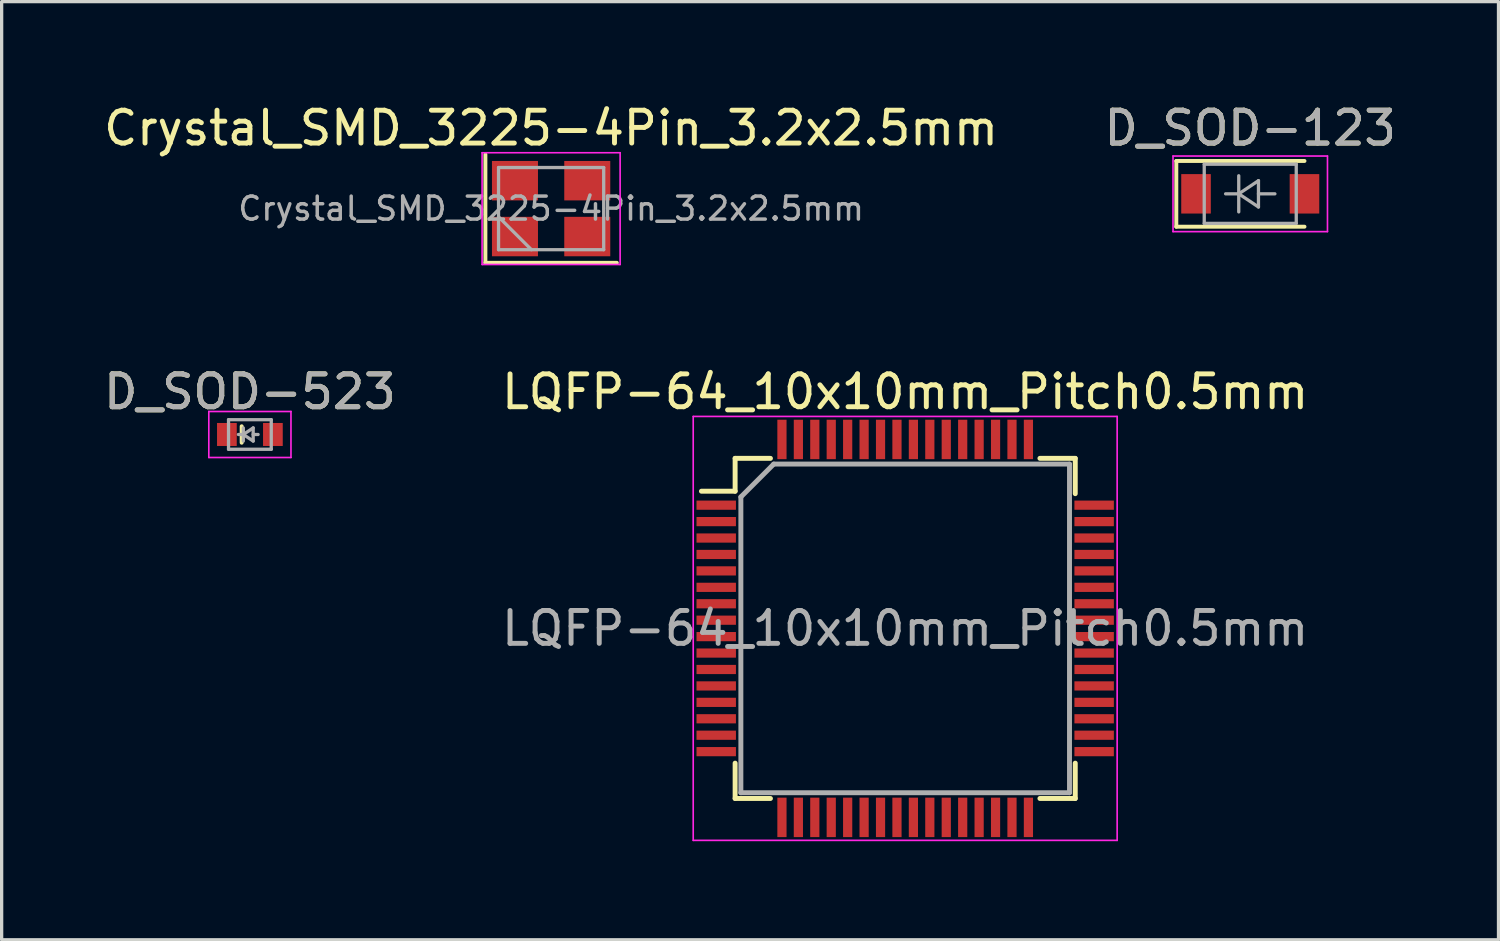
<source format=kicad_pcb>
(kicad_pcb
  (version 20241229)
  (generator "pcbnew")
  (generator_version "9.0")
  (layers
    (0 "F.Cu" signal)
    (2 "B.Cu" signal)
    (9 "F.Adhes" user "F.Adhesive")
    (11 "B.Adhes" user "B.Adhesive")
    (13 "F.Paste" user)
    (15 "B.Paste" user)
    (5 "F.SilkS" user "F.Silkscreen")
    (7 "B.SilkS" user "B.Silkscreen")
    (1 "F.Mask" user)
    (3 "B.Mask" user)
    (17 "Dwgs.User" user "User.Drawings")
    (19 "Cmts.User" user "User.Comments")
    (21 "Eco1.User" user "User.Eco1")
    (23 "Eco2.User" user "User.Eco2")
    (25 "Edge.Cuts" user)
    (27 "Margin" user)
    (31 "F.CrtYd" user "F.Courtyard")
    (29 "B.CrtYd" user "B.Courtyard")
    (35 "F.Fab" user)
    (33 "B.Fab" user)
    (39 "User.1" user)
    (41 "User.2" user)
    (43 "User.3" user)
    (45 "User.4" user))
  (footprint "LQFP-64_10x10mm_Pitch0.5mm"
    (layer "F.Cu")
    (at 24.494 16.072)
    (property "Reference" "LQFP-64_10x10mm_Pitch0.5mm" (at 0 -7.2 0) (layer "F.SilkS") (effects (font (size 1 1) (thickness 0.15))))
    (attr smd)
    (fp_line (start -5.175 -5.175) (end -5.175 -4.175) (stroke (width 0.15) (type solid)) (layer "F.SilkS"))
    (fp_line (start -5.175 -5.175) (end -4.1 -5.175) (stroke (width 0.15) (type solid)) (layer "F.SilkS"))
    (fp_line (start -5.175 -4.175) (end -6.2 -4.175) (stroke (width 0.15) (type solid)) (layer "F.SilkS"))
    (fp_line (start -5.175 5.175) (end -5.175 4.1) (stroke (width 0.15) (type solid)) (layer "F.SilkS"))
    (fp_line (start -5.175 5.175) (end -4.1 5.175) (stroke (width 0.15) (type solid)) (layer "F.SilkS"))
    (fp_line (start 5.175 -5.175) (end 4.1 -5.175) (stroke (width 0.15) (type solid)) (layer "F.SilkS"))
    (fp_line (start 5.175 -5.175) (end 5.175 -4.1) (stroke (width 0.15) (type solid)) (layer "F.SilkS"))
    (fp_line (start 5.175 5.175) (end 4.1 5.175) (stroke (width 0.15) (type solid)) (layer "F.SilkS"))
    (fp_line (start 5.175 5.175) (end 5.175 4.1) (stroke (width 0.15) (type solid)) (layer "F.SilkS"))
    (fp_line (start -6.45 -6.45) (end -6.45 6.45) (stroke (width 0.05) (type solid)) (layer "F.CrtYd"))
    (fp_line (start -6.45 -6.45) (end 6.45 -6.45) (stroke (width 0.05) (type solid)) (layer "F.CrtYd"))
    (fp_line (start -6.45 6.45) (end 6.45 6.45) (stroke (width 0.05) (type solid)) (layer "F.CrtYd"))
    (fp_line (start 6.45 -6.45) (end 6.45 6.45) (stroke (width 0.05) (type solid)) (layer "F.CrtYd"))
    (fp_line (start -5 -4) (end -4 -5) (stroke (width 0.15) (type solid)) (layer "F.Fab"))
    (fp_line (start -5 5) (end -5 -4) (stroke (width 0.15) (type solid)) (layer "F.Fab"))
    (fp_line (start -4 -5) (end 5 -5) (stroke (width 0.15) (type solid)) (layer "F.Fab"))
    (fp_line (start 5 -5) (end 5 5) (stroke (width 0.15) (type solid)) (layer "F.Fab"))
    (fp_line (start 5 5) (end -5 5) (stroke (width 0.15) (type solid)) (layer "F.Fab"))
    (fp_text user "${REFERENCE}" (at 0 0 0) (layer "F.Fab") (effects (font (size 1 1) (thickness 0.15))))
    (pad "1" smd rect (at -5.75 -3.75) (size 1.2 0.28) (layers "F.Cu" "F.Mask" "F.Paste"))
    (pad "2" smd rect (at -5.75 -3.25) (size 1.2 0.28) (layers "F.Cu" "F.Mask" "F.Paste"))
    (pad "3" smd rect (at -5.75 -2.75) (size 1.2 0.28) (layers "F.Cu" "F.Mask" "F.Paste"))
    (pad "4" smd rect (at -5.75 -2.25) (size 1.2 0.28) (layers "F.Cu" "F.Mask" "F.Paste"))
    (pad "5" smd rect (at -5.75 -1.75) (size 1.2 0.28) (layers "F.Cu" "F.Mask" "F.Paste"))
    (pad "6" smd rect (at -5.75 -1.25) (size 1.2 0.28) (layers "F.Cu" "F.Mask" "F.Paste"))
    (pad "7" smd rect (at -5.75 -0.75) (size 1.2 0.28) (layers "F.Cu" "F.Mask" "F.Paste"))
    (pad "8" smd rect (at -5.75 -0.25) (size 1.2 0.28) (layers "F.Cu" "F.Mask" "F.Paste"))
    (pad "9" smd rect (at -5.75 0.25) (size 1.2 0.28) (layers "F.Cu" "F.Mask" "F.Paste"))
    (pad "10" smd rect (at -5.75 0.75) (size 1.2 0.28) (layers "F.Cu" "F.Mask" "F.Paste"))
    (pad "11" smd rect (at -5.75 1.25) (size 1.2 0.28) (layers "F.Cu" "F.Mask" "F.Paste"))
    (pad "12" smd rect (at -5.75 1.75) (size 1.2 0.28) (layers "F.Cu" "F.Mask" "F.Paste"))
    (pad "13" smd rect (at -5.75 2.25) (size 1.2 0.28) (layers "F.Cu" "F.Mask" "F.Paste"))
    (pad "14" smd rect (at -5.75 2.75) (size 1.2 0.28) (layers "F.Cu" "F.Mask" "F.Paste"))
    (pad "15" smd rect (at -5.75 3.25) (size 1.2 0.28) (layers "F.Cu" "F.Mask" "F.Paste"))
    (pad "16" smd rect (at -5.75 3.75) (size 1.2 0.28) (layers "F.Cu" "F.Mask" "F.Paste"))
    (pad "17" smd rect (at -3.75 5.75 90) (size 1.2 0.28) (layers "F.Cu" "F.Mask" "F.Paste"))
    (pad "18" smd rect (at -3.25 5.75 90) (size 1.2 0.28) (layers "F.Cu" "F.Mask" "F.Paste"))
    (pad "19" smd rect (at -2.75 5.75 90) (size 1.2 0.28) (layers "F.Cu" "F.Mask" "F.Paste"))
    (pad "20" smd rect (at -2.25 5.75 90) (size 1.2 0.28) (layers "F.Cu" "F.Mask" "F.Paste"))
    (pad "21" smd rect (at -1.75 5.75 90) (size 1.2 0.28) (layers "F.Cu" "F.Mask" "F.Paste"))
    (pad "22" smd rect (at -1.25 5.75 90) (size 1.2 0.28) (layers "F.Cu" "F.Mask" "F.Paste"))
    (pad "23" smd rect (at -0.75 5.75 90) (size 1.2 0.28) (layers "F.Cu" "F.Mask" "F.Paste"))
    (pad "24" smd rect (at -0.25 5.75 90) (size 1.2 0.28) (layers "F.Cu" "F.Mask" "F.Paste"))
    (pad "25" smd rect (at 0.25 5.75 90) (size 1.2 0.28) (layers "F.Cu" "F.Mask" "F.Paste"))
    (pad "26" smd rect (at 0.75 5.75 90) (size 1.2 0.28) (layers "F.Cu" "F.Mask" "F.Paste"))
    (pad "27" smd rect (at 1.25 5.75 90) (size 1.2 0.28) (layers "F.Cu" "F.Mask" "F.Paste"))
    (pad "28" smd rect (at 1.75 5.75 90) (size 1.2 0.28) (layers "F.Cu" "F.Mask" "F.Paste"))
    (pad "29" smd rect (at 2.25 5.75 90) (size 1.2 0.28) (layers "F.Cu" "F.Mask" "F.Paste"))
    (pad "30" smd rect (at 2.75 5.75 90) (size 1.2 0.28) (layers "F.Cu" "F.Mask" "F.Paste"))
    (pad "31" smd rect (at 3.25 5.75 90) (size 1.2 0.28) (layers "F.Cu" "F.Mask" "F.Paste"))
    (pad "32" smd rect (at 3.75 5.75 90) (size 1.2 0.28) (layers "F.Cu" "F.Mask" "F.Paste"))
    (pad "33" smd rect (at 5.75 3.75) (size 1.2 0.28) (layers "F.Cu" "F.Mask" "F.Paste"))
    (pad "34" smd rect (at 5.75 3.25) (size 1.2 0.28) (layers "F.Cu" "F.Mask" "F.Paste"))
    (pad "35" smd rect (at 5.75 2.75) (size 1.2 0.28) (layers "F.Cu" "F.Mask" "F.Paste"))
    (pad "36" smd rect (at 5.75 2.25) (size 1.2 0.28) (layers "F.Cu" "F.Mask" "F.Paste"))
    (pad "37" smd rect (at 5.75 1.75) (size 1.2 0.28) (layers "F.Cu" "F.Mask" "F.Paste"))
    (pad "38" smd rect (at 5.75 1.25) (size 1.2 0.28) (layers "F.Cu" "F.Mask" "F.Paste"))
    (pad "39" smd rect (at 5.75 0.75) (size 1.2 0.28) (layers "F.Cu" "F.Mask" "F.Paste"))
    (pad "40" smd rect (at 5.75 0.25) (size 1.2 0.28) (layers "F.Cu" "F.Mask" "F.Paste"))
    (pad "41" smd rect (at 5.75 -0.25) (size 1.2 0.28) (layers "F.Cu" "F.Mask" "F.Paste"))
    (pad "42" smd rect (at 5.75 -0.75) (size 1.2 0.28) (layers "F.Cu" "F.Mask" "F.Paste"))
    (pad "43" smd rect (at 5.75 -1.25) (size 1.2 0.28) (layers "F.Cu" "F.Mask" "F.Paste"))
    (pad "44" smd rect (at 5.75 -1.75) (size 1.2 0.28) (layers "F.Cu" "F.Mask" "F.Paste"))
    (pad "45" smd rect (at 5.75 -2.25) (size 1.2 0.28) (layers "F.Cu" "F.Mask" "F.Paste"))
    (pad "46" smd rect (at 5.75 -2.75) (size 1.2 0.28) (layers "F.Cu" "F.Mask" "F.Paste"))
    (pad "47" smd rect (at 5.75 -3.25) (size 1.2 0.28) (layers "F.Cu" "F.Mask" "F.Paste"))
    (pad "48" smd rect (at 5.75 -3.75) (size 1.2 0.28) (layers "F.Cu" "F.Mask" "F.Paste"))
    (pad "49" smd rect (at 3.75 -5.75 90) (size 1.2 0.28) (layers "F.Cu" "F.Mask" "F.Paste"))
    (pad "50" smd rect (at 3.25 -5.75 90) (size 1.2 0.28) (layers "F.Cu" "F.Mask" "F.Paste"))
    (pad "51" smd rect (at 2.75 -5.75 90) (size 1.2 0.28) (layers "F.Cu" "F.Mask" "F.Paste"))
    (pad "52" smd rect (at 2.25 -5.75 90) (size 1.2 0.28) (layers "F.Cu" "F.Mask" "F.Paste"))
    (pad "53" smd rect (at 1.75 -5.75 90) (size 1.2 0.28) (layers "F.Cu" "F.Mask" "F.Paste"))
    (pad "54" smd rect (at 1.25 -5.75 90) (size 1.2 0.28) (layers "F.Cu" "F.Mask" "F.Paste"))
    (pad "55" smd rect (at 0.75 -5.75 90) (size 1.2 0.28) (layers "F.Cu" "F.Mask" "F.Paste"))
    (pad "56" smd rect (at 0.25 -5.75 90) (size 1.2 0.28) (layers "F.Cu" "F.Mask" "F.Paste"))
    (pad "57" smd rect (at -0.25 -5.75 90) (size 1.2 0.28) (layers "F.Cu" "F.Mask" "F.Paste"))
    (pad "58" smd rect (at -0.75 -5.75 90) (size 1.2 0.28) (layers "F.Cu" "F.Mask" "F.Paste"))
    (pad "59" smd rect (at -1.25 -5.75 90) (size 1.2 0.28) (layers "F.Cu" "F.Mask" "F.Paste"))
    (pad "60" smd rect (at -1.75 -5.75 90) (size 1.2 0.28) (layers "F.Cu" "F.Mask" "F.Paste"))
    (pad "61" smd rect (at -2.25 -5.75 90) (size 1.2 0.28) (layers "F.Cu" "F.Mask" "F.Paste"))
    (pad "62" smd rect (at -2.75 -5.75 90) (size 1.2 0.28) (layers "F.Cu" "F.Mask" "F.Paste"))
    (pad "63" smd rect (at -3.25 -5.75 90) (size 1.2 0.28) (layers "F.Cu" "F.Mask" "F.Paste"))
    (pad "64" smd rect (at -3.75 -5.75 90) (size 1.2 0.28) (layers "F.Cu" "F.Mask" "F.Paste")))
  (footprint "Crystal_SMD_3225-4Pin_3.2x2.5mm"
    (layer "F.Cu")
    (at 13.72 3.298)
    (property "Reference" "Crystal_SMD_3225-4Pin_3.2x2.5mm" (at 0 -2.45 180) (layer "F.SilkS") (effects (font (size 1 1) (thickness 0.15))))
    (attr smd)
    (fp_line (start -2 -1.65) (end -2 1.65) (stroke (width 0.12) (type solid)) (layer "F.SilkS"))
    (fp_line (start -2 1.65) (end 2 1.65) (stroke (width 0.12) (type solid)) (layer "F.SilkS"))
    (fp_line (start -2.1 -1.7) (end -2.1 1.7) (stroke (width 0.05) (type solid)) (layer "F.CrtYd"))
    (fp_line (start -2.1 1.7) (end 2.1 1.7) (stroke (width 0.05) (type solid)) (layer "F.CrtYd"))
    (fp_line (start 2.1 -1.7) (end -2.1 -1.7) (stroke (width 0.05) (type solid)) (layer "F.CrtYd"))
    (fp_line (start 2.1 1.7) (end 2.1 -1.7) (stroke (width 0.05) (type solid)) (layer "F.CrtYd"))
    (fp_line (start -1.6 -1.25) (end -1.6 1.25) (stroke (width 0.1) (type solid)) (layer "F.Fab"))
    (fp_line (start -1.6 0.25) (end -0.6 1.25) (stroke (width 0.1) (type solid)) (layer "F.Fab"))
    (fp_line (start -1.6 1.25) (end 1.6 1.25) (stroke (width 0.1) (type solid)) (layer "F.Fab"))
    (fp_line (start 1.6 -1.25) (end -1.6 -1.25) (stroke (width 0.1) (type solid)) (layer "F.Fab"))
    (fp_line (start 1.6 1.25) (end 1.6 -1.25) (stroke (width 0.1) (type solid)) (layer "F.Fab"))
    (fp_text user "${REFERENCE}" (at 0 0 180) (layer "F.Fab") (effects (font (size 0.7 0.7) (thickness 0.105))))
    (pad "1" smd rect (at -1.1 0.85) (size 1.4 1.2) (layers "F.Cu" "F.Mask" "F.Paste"))
    (pad "2" smd rect (at 1.1 0.85) (size 1.4 1.2) (layers "F.Cu" "F.Mask" "F.Paste"))
    (pad "3" smd rect (at 1.1 -0.85) (size 1.4 1.2) (layers "F.Cu" "F.Mask" "F.Paste"))
    (pad "4" smd rect (at -1.1 -0.85) (size 1.4 1.2) (layers "F.Cu" "F.Mask" "F.Paste")))
  (footprint "D_SOD-123"
    (layer "F.Cu")
    (at 34.994 2.848)
    (property "Reference" "D_SOD-123" (at 0 -2 180) (layer "F.SilkS") (effects (font (size 1 1) (thickness 0.15))))
    (attr smd)
    (fp_line (start -2.25 -1) (end -2.25 1) (stroke (width 0.12) (type solid)) (layer "F.SilkS"))
    (fp_line (start -2.25 -1) (end 1.65 -1) (stroke (width 0.12) (type solid)) (layer "F.SilkS"))
    (fp_line (start -2.25 1) (end 1.65 1) (stroke (width 0.12) (type solid)) (layer "F.SilkS"))
    (fp_line (start -2.35 -1.15) (end -2.35 1.15) (stroke (width 0.05) (type solid)) (layer "F.CrtYd"))
    (fp_line (start -2.35 -1.15) (end 2.35 -1.15) (stroke (width 0.05) (type solid)) (layer "F.CrtYd"))
    (fp_line (start 2.35 -1.15) (end 2.35 1.15) (stroke (width 0.05) (type solid)) (layer "F.CrtYd"))
    (fp_line (start 2.35 1.15) (end -2.35 1.15) (stroke (width 0.05) (type solid)) (layer "F.CrtYd"))
    (fp_line (start -1.4 -0.9) (end 1.4 -0.9) (stroke (width 0.1) (type solid)) (layer "F.Fab"))
    (fp_line (start -1.4 0.9) (end -1.4 -0.9) (stroke (width 0.1) (type solid)) (layer "F.Fab"))
    (fp_line (start -0.75 0) (end -0.35 0) (stroke (width 0.1) (type solid)) (layer "F.Fab"))
    (fp_line (start -0.35 0) (end -0.35 -0.55) (stroke (width 0.1) (type solid)) (layer "F.Fab"))
    (fp_line (start -0.35 0) (end -0.35 0.55) (stroke (width 0.1) (type solid)) (layer "F.Fab"))
    (fp_line (start -0.35 0) (end 0.25 -0.4) (stroke (width 0.1) (type solid)) (layer "F.Fab"))
    (fp_line (start 0.25 -0.4) (end 0.25 0.4) (stroke (width 0.1) (type solid)) (layer "F.Fab"))
    (fp_line (start 0.25 0) (end 0.75 0) (stroke (width 0.1) (type solid)) (layer "F.Fab"))
    (fp_line (start 0.25 0.4) (end -0.35 0) (stroke (width 0.1) (type solid)) (layer "F.Fab"))
    (fp_line (start 1.4 -0.9) (end 1.4 0.9) (stroke (width 0.1) (type solid)) (layer "F.Fab"))
    (fp_line (start 1.4 0.9) (end -1.4 0.9) (stroke (width 0.1) (type solid)) (layer "F.Fab"))
    (fp_text user "${REFERENCE}" (at 0 -2 180) (layer "F.Fab") (effects (font (size 1 1) (thickness 0.15))))
    (pad "1" smd rect (at -1.65 0) (size 0.9 1.2) (layers "F.Cu" "F.Mask" "F.Paste"))
    (pad "2" smd rect (at 1.65 0) (size 0.9 1.2) (layers "F.Cu" "F.Mask" "F.Paste")))
  (footprint "D_SOD-523"
    (layer "F.Cu")
    (at 4.554 10.171)
    (property "Reference" "D_SOD-523" (at 0 -1.3 0) (layer "F.SilkS") (effects (font (size 1 1) (thickness 0.15))))
    (attr smd)
    (fp_line (start -0.25 -0.25) (end -0.25 0.25) (stroke (width 0.12) (type solid)) (layer "F.SilkS"))
    (fp_line (start -1.25 -0.7) (end 1.25 -0.7) (stroke (width 0.05) (type solid)) (layer "F.CrtYd"))
    (fp_line (start -1.25 0.7) (end -1.25 -0.7) (stroke (width 0.05) (type solid)) (layer "F.CrtYd"))
    (fp_line (start 1.25 -0.7) (end 1.25 0.7) (stroke (width 0.05) (type solid)) (layer "F.CrtYd"))
    (fp_line (start 1.25 0.7) (end -1.25 0.7) (stroke (width 0.05) (type solid)) (layer "F.CrtYd"))
    (fp_line (start -0.65 -0.45) (end 0.65 -0.45) (stroke (width 0.1) (type solid)) (layer "F.Fab"))
    (fp_line (start -0.65 0.45) (end -0.65 -0.45) (stroke (width 0.1) (type solid)) (layer "F.Fab"))
    (fp_line (start -0.2 0) (end -0.35 0) (stroke (width 0.1) (type solid)) (layer "F.Fab"))
    (fp_line (start -0.2 0) (end 0.1 0.2) (stroke (width 0.1) (type solid)) (layer "F.Fab"))
    (fp_line (start -0.2 0.2) (end -0.2 -0.2) (stroke (width 0.1) (type solid)) (layer "F.Fab"))
    (fp_line (start 0.1 -0.2) (end -0.2 0) (stroke (width 0.1) (type solid)) (layer "F.Fab"))
    (fp_line (start 0.1 0) (end 0.25 0) (stroke (width 0.1) (type solid)) (layer "F.Fab"))
    (fp_line (start 0.1 0.2) (end 0.1 -0.2) (stroke (width 0.1) (type solid)) (layer "F.Fab"))
    (fp_line (start 0.65 -0.45) (end 0.65 0.45) (stroke (width 0.1) (type solid)) (layer "F.Fab"))
    (fp_line (start 0.65 0.45) (end -0.65 0.45) (stroke (width 0.1) (type solid)) (layer "F.Fab"))
    (fp_text user "${REFERENCE}" (at 0 -1.3 0) (layer "F.Fab") (effects (font (size 1 1) (thickness 0.15))))
    (pad "1" smd rect (at -0.7 0 180) (size 0.6 0.7) (layers "F.Cu" "F.Mask" "F.Paste"))
    (pad "2" smd rect (at 0.7 0 180) (size 0.6 0.7) (layers "F.Cu" "F.Mask" "F.Paste")))
  (gr_rect
    (start -3 -3)
    (end 42.548 25.547)
    (stroke (width 0.1) (type default))
    (fill no)
    (layer "Edge.Cuts")))
</source>
